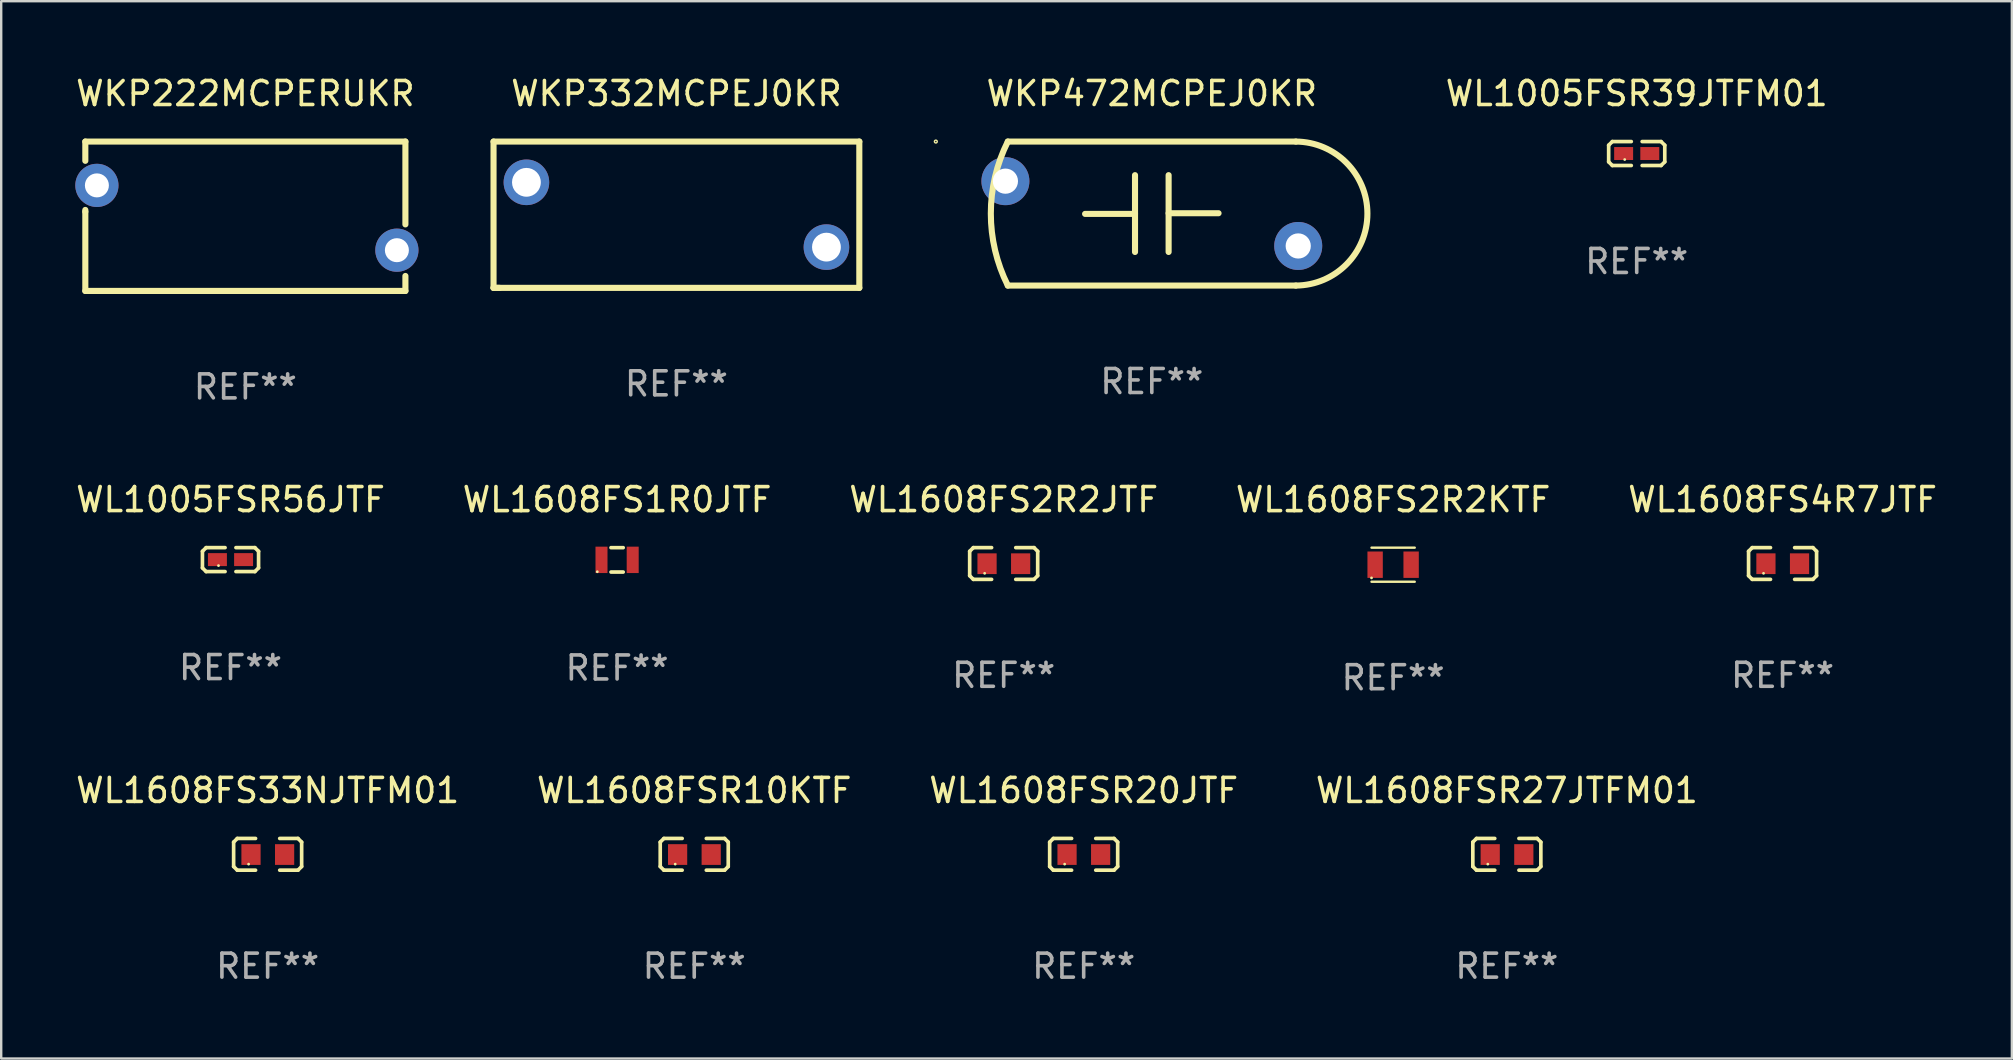
<source format=kicad_pcb>
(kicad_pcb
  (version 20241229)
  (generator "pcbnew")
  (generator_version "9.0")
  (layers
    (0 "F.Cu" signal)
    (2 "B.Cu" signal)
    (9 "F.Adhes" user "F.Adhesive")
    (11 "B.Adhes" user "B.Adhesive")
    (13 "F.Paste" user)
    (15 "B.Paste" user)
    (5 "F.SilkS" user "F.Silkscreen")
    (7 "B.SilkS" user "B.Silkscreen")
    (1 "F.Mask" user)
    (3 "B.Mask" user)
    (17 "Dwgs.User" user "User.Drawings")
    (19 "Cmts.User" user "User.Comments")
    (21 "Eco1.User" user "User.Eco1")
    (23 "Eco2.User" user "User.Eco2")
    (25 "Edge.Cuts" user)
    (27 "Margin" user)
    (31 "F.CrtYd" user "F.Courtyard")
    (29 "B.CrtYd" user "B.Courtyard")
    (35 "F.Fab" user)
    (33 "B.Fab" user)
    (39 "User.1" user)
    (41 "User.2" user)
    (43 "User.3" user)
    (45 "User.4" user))
  (footprint "WL1608FSR10KTF"
    (layer "F.Cu")
    (at 25.875 32.545)
    (property "Reference" "WL1608FSR10KTF" (at 0 -2.661 0) (layer "F.SilkS") (effects (font (size 1 1) (thickness 0.15))))
    (attr through_hole)
    (fp_line (start -1.417 -0.508) (end -1.265 -0.661) (stroke (width 0.152) (type solid)) (layer "F.SilkS"))
    (fp_line (start -1.417 0.508) (end -1.417 -0.508) (stroke (width 0.152) (type solid)) (layer "F.SilkS"))
    (fp_line (start -1.265 -0.661) (end -0.503 -0.661) (stroke (width 0.152) (type solid)) (layer "F.SilkS"))
    (fp_line (start -1.265 0.661) (end -1.417 0.508) (stroke (width 0.152) (type solid)) (layer "F.SilkS"))
    (fp_line (start -1.265 0.661) (end -0.503 0.661) (stroke (width 0.152) (type solid)) (layer "F.SilkS"))
    (fp_line (start 1.265 -0.661) (end 0.503 -0.661) (stroke (width 0.152) (type solid)) (layer "F.SilkS"))
    (fp_line (start 1.265 -0.661) (end 1.417 -0.508) (stroke (width 0.152) (type solid)) (layer "F.SilkS"))
    (fp_line (start 1.265 0.661) (end 0.503 0.661) (stroke (width 0.152) (type solid)) (layer "F.SilkS"))
    (fp_line (start 1.417 -0.508) (end 1.417 0.508) (stroke (width 0.152) (type solid)) (layer "F.SilkS"))
    (fp_line (start 1.417 0.508) (end 1.265 0.661) (stroke (width 0.152) (type solid)) (layer "F.SilkS"))
    (fp_circle (center -0.793 0.409) (end -0.763 0.409) (stroke (width 0.06) (type solid)) (fill no) (layer "F.SilkS"))
    (fp_text user "REF**" (at 0 4.661 0) (layer "F.Fab") (effects (font (size 1 1) (thickness 0.15))))
    (pad "1" smd rect (at -0.693 0.009 180) (size 0.8 0.864) (layers "F.Cu" "F.Mask" "F.Paste"))
    (pad "2" smd rect (at 0.707 0.009 180) (size 0.8 0.864) (layers "F.Cu" "F.Mask" "F.Paste")))
  (footprint "WL1608FSR27JTFM01"
    (layer "F.Cu")
    (at 59.732 32.545)
    (property "Reference" "WL1608FSR27JTFM01" (at 0 -2.661 0) (layer "F.SilkS") (effects (font (size 1 1) (thickness 0.15))))
    (attr through_hole)
    (fp_line (start -1.417 -0.508) (end -1.265 -0.661) (stroke (width 0.152) (type solid)) (layer "F.SilkS"))
    (fp_line (start -1.417 0.508) (end -1.417 -0.508) (stroke (width 0.152) (type solid)) (layer "F.SilkS"))
    (fp_line (start -1.265 -0.661) (end -0.503 -0.661) (stroke (width 0.152) (type solid)) (layer "F.SilkS"))
    (fp_line (start -1.265 0.661) (end -1.417 0.508) (stroke (width 0.152) (type solid)) (layer "F.SilkS"))
    (fp_line (start -1.265 0.661) (end -0.503 0.661) (stroke (width 0.152) (type solid)) (layer "F.SilkS"))
    (fp_line (start 1.265 -0.661) (end 0.503 -0.661) (stroke (width 0.152) (type solid)) (layer "F.SilkS"))
    (fp_line (start 1.265 -0.661) (end 1.417 -0.508) (stroke (width 0.152) (type solid)) (layer "F.SilkS"))
    (fp_line (start 1.265 0.661) (end 0.503 0.661) (stroke (width 0.152) (type solid)) (layer "F.SilkS"))
    (fp_line (start 1.417 -0.508) (end 1.417 0.508) (stroke (width 0.152) (type solid)) (layer "F.SilkS"))
    (fp_line (start 1.417 0.508) (end 1.265 0.661) (stroke (width 0.152) (type solid)) (layer "F.SilkS"))
    (fp_circle (center -0.793 0.409) (end -0.763 0.409) (stroke (width 0.06) (type solid)) (fill no) (layer "F.SilkS"))
    (fp_text user "REF**" (at 0 4.661 0) (layer "F.Fab") (effects (font (size 1 1) (thickness 0.15))))
    (pad "1" smd rect (at -0.693 0.009 180) (size 0.8 0.864) (layers "F.Cu" "F.Mask" "F.Paste"))
    (pad "2" smd rect (at 0.707 0.009 180) (size 0.8 0.864) (layers "F.Cu" "F.Mask" "F.Paste")))
  (footprint "WKP472MCPEJ0KR"
    (layer "F.Cu")
    (at 44.94 5.848)
    (property "Reference" "WKP472MCPEJ0KR" (at 0 -5 0) (layer "F.SilkS") (effects (font (size 1 1) (thickness 0.15))))
    (attr through_hole)
    (fp_line (start -6 -3) (end 6 -3) (stroke (width 0.254) (type solid)) (layer "F.SilkS"))
    (fp_line (start -0.7 -1.6) (end -0.7 1.6) (stroke (width 0.254) (type solid)) (layer "F.SilkS"))
    (fp_line (start -0.7 0.014) (end -2.78 0.014) (stroke (width 0.254) (type solid)) (layer "F.SilkS"))
    (fp_line (start 0.7 -0.014) (end 2.78 -0.014) (stroke (width 0.254) (type solid)) (layer "F.SilkS"))
    (fp_line (start 0.7 1.6) (end 0.7 -1.6) (stroke (width 0.254) (type solid)) (layer "F.SilkS"))
    (fp_line (start 6 3) (end -6 3) (stroke (width 0.254) (type solid)) (layer "F.SilkS"))
    (fp_arc (start -5.999492 2.999746) (mid -6.707839 -0.000067) (end -6 -3) (stroke (width 0.254001) (type solid)) (layer "F.SilkS"))
    (fp_arc (start 5.999492 -2.999746) (mid 8.999365 -0.000127) (end 6 3) (stroke (width 0.254001) (type solid)) (layer "F.SilkS"))
    (fp_circle (center -8.999 -3) (end -8.97 -3) (stroke (width 0.06) (type solid)) (fill no) (layer "F.SilkS"))
    (fp_text user "REF**" (at 0 7 0) (layer "F.Fab") (effects (font (size 1 1) (thickness 0.15))))
    (pad "1" thru_hole circle (at -6.1 -1.35) (size 2 2) (drill 1.05) (layers "*.Cu" "*.Mask"))
    (pad "2" thru_hole circle (at 6.1 1.35) (size 2 2) (drill 1.05) (layers "*.Cu" "*.Mask")))
  (footprint "WL1608FS1R0JTF"
    (layer "F.Cu")
    (at 22.661 20.276)
    (property "Reference" "WL1608FS1R0JTF" (at 0 -2.508 0) (layer "F.SilkS") (effects (font (size 1 1) (thickness 0.15))))
    (attr through_hole)
    (fp_line (start -0.254 -0.508) (end 0.254 -0.508) (stroke (width 0.152) (type solid)) (layer "F.SilkS"))
    (fp_line (start -0.254 0.508) (end 0.254 0.508) (stroke (width 0.152) (type solid)) (layer "F.SilkS"))
    (fp_circle (center -0.825 0.495) (end -0.795 0.495) (stroke (width 0.06) (type solid)) (fill no) (layer "F.SilkS"))
    (fp_text user "REF**" (at 0 4.508 0) (layer "F.Fab") (effects (font (size 1 1) (thickness 0.15))))
    (pad "1" smd rect (at -0.65 0) (size 0.5 1.1) (layers "F.Cu" "F.Mask" "F.Paste"))
    (pad "2" smd rect (at 0.65 0) (size 0.5 1.1) (layers "F.Cu" "F.Mask" "F.Paste")))
  (footprint "WKP332MCPEJ0KR"
    (layer "F.Cu")
    (at 25.133 5.896)
    (property "Reference" "WKP332MCPEJ0KR" (at 0 -5.048 0) (layer "F.SilkS") (effects (font (size 1 1) (thickness 0.15))))
    (attr through_hole)
    (fp_line (start -7.62 -3.048) (end 7.62 -3.048) (stroke (width 0.254) (type solid)) (layer "F.SilkS"))
    (fp_line (start -7.62 3.048) (end -7.62 -3.048) (stroke (width 0.254) (type solid)) (layer "F.SilkS"))
    (fp_line (start -7.366 3.048) (end -7.62 3.048) (stroke (width 0.254) (type solid)) (layer "F.SilkS"))
    (fp_line (start 7.62 -3.048) (end 7.62 3.048) (stroke (width 0.254) (type solid)) (layer "F.SilkS"))
    (fp_line (start 7.62 3.048) (end -7.62 3.048) (stroke (width 0.254) (type solid)) (layer "F.SilkS"))
    (fp_circle (center -7.5 -3) (end -7.47 -3) (stroke (width 0.06) (type solid)) (fill no) (layer "F.SilkS"))
    (fp_text user "REF**" (at 0 7.048 0) (layer "F.Fab") (effects (font (size 1 1) (thickness 0.15))))
    (pad "1" thru_hole circle (at -6.25 -1.35) (size 1.9 1.9) (drill 1.2) (layers "*.Cu" "*.Mask"))
    (pad "2" thru_hole circle (at 6.25 1.35) (size 1.9 1.9) (drill 1.2) (layers "*.Cu" "*.Mask")))
  (footprint "WL1608FS4R7JTF"
    (layer "F.Cu")
    (at 71.22 20.428)
    (property "Reference" "WL1608FS4R7JTF" (at 0 -2.661 0) (layer "F.SilkS") (effects (font (size 1 1) (thickness 0.15))))
    (attr through_hole)
    (fp_line (start -1.417 -0.508) (end -1.265 -0.661) (stroke (width 0.152) (type solid)) (layer "F.SilkS"))
    (fp_line (start -1.417 0.508) (end -1.417 -0.508) (stroke (width 0.152) (type solid)) (layer "F.SilkS"))
    (fp_line (start -1.265 -0.661) (end -0.503 -0.661) (stroke (width 0.152) (type solid)) (layer "F.SilkS"))
    (fp_line (start -1.265 0.661) (end -1.417 0.508) (stroke (width 0.152) (type solid)) (layer "F.SilkS"))
    (fp_line (start -1.265 0.661) (end -0.503 0.661) (stroke (width 0.152) (type solid)) (layer "F.SilkS"))
    (fp_line (start 1.265 -0.661) (end 0.503 -0.661) (stroke (width 0.152) (type solid)) (layer "F.SilkS"))
    (fp_line (start 1.265 -0.661) (end 1.417 -0.508) (stroke (width 0.152) (type solid)) (layer "F.SilkS"))
    (fp_line (start 1.265 0.661) (end 0.503 0.661) (stroke (width 0.152) (type solid)) (layer "F.SilkS"))
    (fp_line (start 1.417 -0.508) (end 1.417 0.508) (stroke (width 0.152) (type solid)) (layer "F.SilkS"))
    (fp_line (start 1.417 0.508) (end 1.265 0.661) (stroke (width 0.152) (type solid)) (layer "F.SilkS"))
    (fp_circle (center -0.793 0.409) (end -0.763 0.409) (stroke (width 0.06) (type solid)) (fill no) (layer "F.SilkS"))
    (fp_text user "REF**" (at 0 4.661 0) (layer "F.Fab") (effects (font (size 1 1) (thickness 0.15))))
    (pad "1" smd rect (at -0.693 0.009 180) (size 0.8 0.864) (layers "F.Cu" "F.Mask" "F.Paste"))
    (pad "2" smd rect (at 0.707 0.009 180) (size 0.8 0.864) (layers "F.Cu" "F.Mask" "F.Paste")))
  (footprint "WL1608FSR20JTF"
    (layer "F.Cu")
    (at 42.101 32.545)
    (property "Reference" "WL1608FSR20JTF" (at 0 -2.661 0) (layer "F.SilkS") (effects (font (size 1 1) (thickness 0.15))))
    (attr through_hole)
    (fp_line (start -1.417 -0.508) (end -1.265 -0.661) (stroke (width 0.152) (type solid)) (layer "F.SilkS"))
    (fp_line (start -1.417 0.508) (end -1.417 -0.508) (stroke (width 0.152) (type solid)) (layer "F.SilkS"))
    (fp_line (start -1.265 -0.661) (end -0.503 -0.661) (stroke (width 0.152) (type solid)) (layer "F.SilkS"))
    (fp_line (start -1.265 0.661) (end -1.417 0.508) (stroke (width 0.152) (type solid)) (layer "F.SilkS"))
    (fp_line (start -1.265 0.661) (end -0.503 0.661) (stroke (width 0.152) (type solid)) (layer "F.SilkS"))
    (fp_line (start 1.265 -0.661) (end 0.503 -0.661) (stroke (width 0.152) (type solid)) (layer "F.SilkS"))
    (fp_line (start 1.265 -0.661) (end 1.417 -0.508) (stroke (width 0.152) (type solid)) (layer "F.SilkS"))
    (fp_line (start 1.265 0.661) (end 0.503 0.661) (stroke (width 0.152) (type solid)) (layer "F.SilkS"))
    (fp_line (start 1.417 -0.508) (end 1.417 0.508) (stroke (width 0.152) (type solid)) (layer "F.SilkS"))
    (fp_line (start 1.417 0.508) (end 1.265 0.661) (stroke (width 0.152) (type solid)) (layer "F.SilkS"))
    (fp_circle (center -0.793 0.409) (end -0.763 0.409) (stroke (width 0.06) (type solid)) (fill no) (layer "F.SilkS"))
    (fp_text user "REF**" (at 0 4.661 0) (layer "F.Fab") (effects (font (size 1 1) (thickness 0.15))))
    (pad "1" smd rect (at -0.693 0.009 180) (size 0.8 0.864) (layers "F.Cu" "F.Mask" "F.Paste"))
    (pad "2" smd rect (at 0.707 0.009 180) (size 0.8 0.864) (layers "F.Cu" "F.Mask" "F.Paste")))
  (footprint "WL1005FSR56JTF"
    (layer "F.Cu")
    (at 6.554 20.266)
    (property "Reference" "WL1005FSR56JTF" (at 0 -2.499 0) (layer "F.SilkS") (effects (font (size 1 1) (thickness 0.15))))
    (attr through_hole)
    (fp_line (start -1.169 -0.346) (end -1.016 -0.499) (stroke (width 0.152) (type solid)) (layer "F.SilkS"))
    (fp_line (start -1.169 0.346) (end -1.169 -0.346) (stroke (width 0.152) (type solid)) (layer "F.SilkS"))
    (fp_line (start -1.016 -0.499) (end -0.226 -0.499) (stroke (width 0.152) (type solid)) (layer "F.SilkS"))
    (fp_line (start -1.016 0.499) (end -1.169 0.346) (stroke (width 0.152) (type solid)) (layer "F.SilkS"))
    (fp_line (start -0.226 0.499) (end -1.016 0.499) (stroke (width 0.152) (type solid)) (layer "F.SilkS"))
    (fp_line (start 0.226 0.499) (end 1.016 0.499) (stroke (width 0.152) (type solid)) (layer "F.SilkS"))
    (fp_line (start 1.016 -0.499) (end 0.226 -0.499) (stroke (width 0.152) (type solid)) (layer "F.SilkS"))
    (fp_line (start 1.016 0.499) (end 1.169 0.346) (stroke (width 0.152) (type solid)) (layer "F.SilkS"))
    (fp_line (start 1.169 -0.346) (end 1.016 -0.499) (stroke (width 0.152) (type solid)) (layer "F.SilkS"))
    (fp_line (start 1.169 0.346) (end 1.169 -0.346) (stroke (width 0.152) (type solid)) (layer "F.SilkS"))
    (fp_circle (center -0.5 0.25) (end -0.47 0.25) (stroke (width 0.06) (type solid)) (fill no) (layer "F.SilkS"))
    (fp_text user "REF**" (at 0 4.499 0) (layer "F.Fab") (effects (font (size 1 1) (thickness 0.15))))
    (pad "1" smd rect (at -0.545 0) (size 0.79 0.54) (layers "F.Cu" "F.Mask" "F.Paste"))
    (pad "2" smd rect (at 0.545 0) (size 0.79 0.54) (layers "F.Cu" "F.Mask" "F.Paste")))
  (footprint "WL1005FSR39JTFM01"
    (layer "F.Cu")
    (at 65.143 3.347)
    (property "Reference" "WL1005FSR39JTFM01" (at 0 -2.499 0) (layer "F.SilkS") (effects (font (size 1 1) (thickness 0.15))))
    (attr through_hole)
    (fp_line (start -1.169 -0.346) (end -1.016 -0.499) (stroke (width 0.152) (type solid)) (layer "F.SilkS"))
    (fp_line (start -1.169 0.346) (end -1.169 -0.346) (stroke (width 0.152) (type solid)) (layer "F.SilkS"))
    (fp_line (start -1.016 -0.499) (end -0.226 -0.499) (stroke (width 0.152) (type solid)) (layer "F.SilkS"))
    (fp_line (start -1.016 0.499) (end -1.169 0.346) (stroke (width 0.152) (type solid)) (layer "F.SilkS"))
    (fp_line (start -0.226 0.499) (end -1.016 0.499) (stroke (width 0.152) (type solid)) (layer "F.SilkS"))
    (fp_line (start 0.226 0.499) (end 1.016 0.499) (stroke (width 0.152) (type solid)) (layer "F.SilkS"))
    (fp_line (start 1.016 -0.499) (end 0.226 -0.499) (stroke (width 0.152) (type solid)) (layer "F.SilkS"))
    (fp_line (start 1.016 0.499) (end 1.169 0.346) (stroke (width 0.152) (type solid)) (layer "F.SilkS"))
    (fp_line (start 1.169 -0.346) (end 1.016 -0.499) (stroke (width 0.152) (type solid)) (layer "F.SilkS"))
    (fp_line (start 1.169 0.346) (end 1.169 -0.346) (stroke (width 0.152) (type solid)) (layer "F.SilkS"))
    (fp_circle (center -0.5 0.25) (end -0.47 0.25) (stroke (width 0.06) (type solid)) (fill no) (layer "F.SilkS"))
    (fp_text user "REF**" (at 0 4.499 0) (layer "F.Fab") (effects (font (size 1 1) (thickness 0.15))))
    (pad "1" smd rect (at -0.545 0) (size 0.79 0.54) (layers "F.Cu" "F.Mask" "F.Paste"))
    (pad "2" smd rect (at 0.545 0) (size 0.79 0.54) (layers "F.Cu" "F.Mask" "F.Paste")))
  (footprint "WL1608FS2R2KTF"
    (layer "F.Cu")
    (at 54.994 20.478)
    (property "Reference" "WL1608FS2R2KTF" (at 0 -2.71 0) (layer "F.SilkS") (effects (font (size 1 1) (thickness 0.15))))
    (attr through_hole)
    (fp_line (start -0.9 -0.71) (end 0.9 -0.71) (stroke (width 0.1) (type solid)) (layer "F.SilkS"))
    (fp_line (start 0.9 0.71) (end -0.9 0.71) (stroke (width 0.1) (type solid)) (layer "F.SilkS"))
    (fp_circle (center -0.9 0.55) (end -0.87 0.55) (stroke (width 0.06) (type solid)) (fill no) (layer "F.SilkS"))
    (fp_text user "REF**" (at 0 4.71 0) (layer "F.Fab") (effects (font (size 1 1) (thickness 0.15))))
    (pad "1" smd rect (at -0.75 0) (size 0.64 1.1) (layers "F.Cu" "F.Mask" "F.Paste"))
    (pad "2" smd rect (at 0.75 0) (size 0.64 1.1) (layers "F.Cu" "F.Mask" "F.Paste")))
  (footprint "WL1608FS2R2JTF"
    (layer "F.Cu")
    (at 38.768 20.428)
    (property "Reference" "WL1608FS2R2JTF" (at 0 -2.661 0) (layer "F.SilkS") (effects (font (size 1 1) (thickness 0.15))))
    (attr through_hole)
    (fp_line (start -1.417 -0.508) (end -1.265 -0.661) (stroke (width 0.152) (type solid)) (layer "F.SilkS"))
    (fp_line (start -1.417 0.508) (end -1.417 -0.508) (stroke (width 0.152) (type solid)) (layer "F.SilkS"))
    (fp_line (start -1.265 -0.661) (end -0.503 -0.661) (stroke (width 0.152) (type solid)) (layer "F.SilkS"))
    (fp_line (start -1.265 0.661) (end -1.417 0.508) (stroke (width 0.152) (type solid)) (layer "F.SilkS"))
    (fp_line (start -1.265 0.661) (end -0.503 0.661) (stroke (width 0.152) (type solid)) (layer "F.SilkS"))
    (fp_line (start 1.265 -0.661) (end 0.503 -0.661) (stroke (width 0.152) (type solid)) (layer "F.SilkS"))
    (fp_line (start 1.265 -0.661) (end 1.417 -0.508) (stroke (width 0.152) (type solid)) (layer "F.SilkS"))
    (fp_line (start 1.265 0.661) (end 0.503 0.661) (stroke (width 0.152) (type solid)) (layer "F.SilkS"))
    (fp_line (start 1.417 -0.508) (end 1.417 0.508) (stroke (width 0.152) (type solid)) (layer "F.SilkS"))
    (fp_line (start 1.417 0.508) (end 1.265 0.661) (stroke (width 0.152) (type solid)) (layer "F.SilkS"))
    (fp_circle (center -0.793 0.409) (end -0.763 0.409) (stroke (width 0.06) (type solid)) (fill no) (layer "F.SilkS"))
    (fp_text user "REF**" (at 0 4.661 0) (layer "F.Fab") (effects (font (size 1 1) (thickness 0.15))))
    (pad "1" smd rect (at -0.693 0.009 180) (size 0.8 0.864) (layers "F.Cu" "F.Mask" "F.Paste"))
    (pad "2" smd rect (at 0.707 0.009 180) (size 0.8 0.864) (layers "F.Cu" "F.Mask" "F.Paste")))
  (footprint "WL1608FS33NJTFM01"
    (layer "F.Cu")
    (at 8.101 32.545)
    (property "Reference" "WL1608FS33NJTFM01" (at 0 -2.661 0) (layer "F.SilkS") (effects (font (size 1 1) (thickness 0.15))))
    (attr through_hole)
    (fp_line (start -1.417 -0.508) (end -1.265 -0.661) (stroke (width 0.152) (type solid)) (layer "F.SilkS"))
    (fp_line (start -1.417 0.508) (end -1.417 -0.508) (stroke (width 0.152) (type solid)) (layer "F.SilkS"))
    (fp_line (start -1.265 -0.661) (end -0.503 -0.661) (stroke (width 0.152) (type solid)) (layer "F.SilkS"))
    (fp_line (start -1.265 0.661) (end -1.417 0.508) (stroke (width 0.152) (type solid)) (layer "F.SilkS"))
    (fp_line (start -1.265 0.661) (end -0.503 0.661) (stroke (width 0.152) (type solid)) (layer "F.SilkS"))
    (fp_line (start 1.265 -0.661) (end 0.503 -0.661) (stroke (width 0.152) (type solid)) (layer "F.SilkS"))
    (fp_line (start 1.265 -0.661) (end 1.417 -0.508) (stroke (width 0.152) (type solid)) (layer "F.SilkS"))
    (fp_line (start 1.265 0.661) (end 0.503 0.661) (stroke (width 0.152) (type solid)) (layer "F.SilkS"))
    (fp_line (start 1.417 -0.508) (end 1.417 0.508) (stroke (width 0.152) (type solid)) (layer "F.SilkS"))
    (fp_line (start 1.417 0.508) (end 1.265 0.661) (stroke (width 0.152) (type solid)) (layer "F.SilkS"))
    (fp_circle (center -0.793 0.409) (end -0.763 0.409) (stroke (width 0.06) (type solid)) (fill no) (layer "F.SilkS"))
    (fp_text user "REF**" (at 0 4.661 0) (layer "F.Fab") (effects (font (size 1 1) (thickness 0.15))))
    (pad "1" smd rect (at -0.693 0.009 180) (size 0.8 0.864) (layers "F.Cu" "F.Mask" "F.Paste"))
    (pad "2" smd rect (at 0.707 0.009 180) (size 0.8 0.864) (layers "F.Cu" "F.Mask" "F.Paste")))
  (footprint "WKP222MCPERUKR"
    (layer "F.Cu")
    (at 7.173 5.96)
    (property "Reference" "WKP222MCPERUKR" (at 0 -5.112 0) (layer "F.SilkS") (effects (font (size 1 1) (thickness 0.15))))
    (attr through_hole)
    (fp_line (start -6.668 -3.112) (end -6.668 -2.31) (stroke (width 0.254) (type solid)) (layer "F.SilkS"))
    (fp_line (start -6.668 -0.263) (end -6.668 -0.191) (stroke (width 0.254) (type solid)) (layer "F.SilkS"))
    (fp_line (start -6.668 -0.191) (end -6.668 3.112) (stroke (width 0.254) (type solid)) (layer "F.SilkS"))
    (fp_line (start -6.668 3.112) (end 6.668 3.112) (stroke (width 0.254) (type solid)) (layer "F.SilkS"))
    (fp_line (start 6.668 -3.112) (end -6.668 -3.112) (stroke (width 0.254) (type solid)) (layer "F.SilkS"))
    (fp_line (start 6.668 0.339) (end 6.668 -3.112) (stroke (width 0.254) (type solid)) (layer "F.SilkS"))
    (fp_line (start 6.668 3.112) (end 6.668 2.488) (stroke (width 0.254) (type solid)) (layer "F.SilkS"))
    (fp_circle (center -6.586 -3.063) (end -6.556 -3.063) (stroke (width 0.06) (type solid)) (fill no) (layer "F.SilkS"))
    (fp_text user "REF**" (at 0 7.112 0) (layer "F.Fab") (effects (font (size 1 1) (thickness 0.15))))
    (pad "1" thru_hole circle (at -6.186 -1.286) (size 1.8 1.8) (drill 1) (layers "*.Cu" "*.Mask"))
    (pad "2" thru_hole circle (at 6.313 1.414) (size 1.8 1.8) (drill 1) (layers "*.Cu" "*.Mask")))
  (gr_rect
    (start -3 -3)
    (end 80.774 41.054)
    (stroke (width 0.1) (type default))
    (fill no)
    (layer "Edge.Cuts")))
</source>
